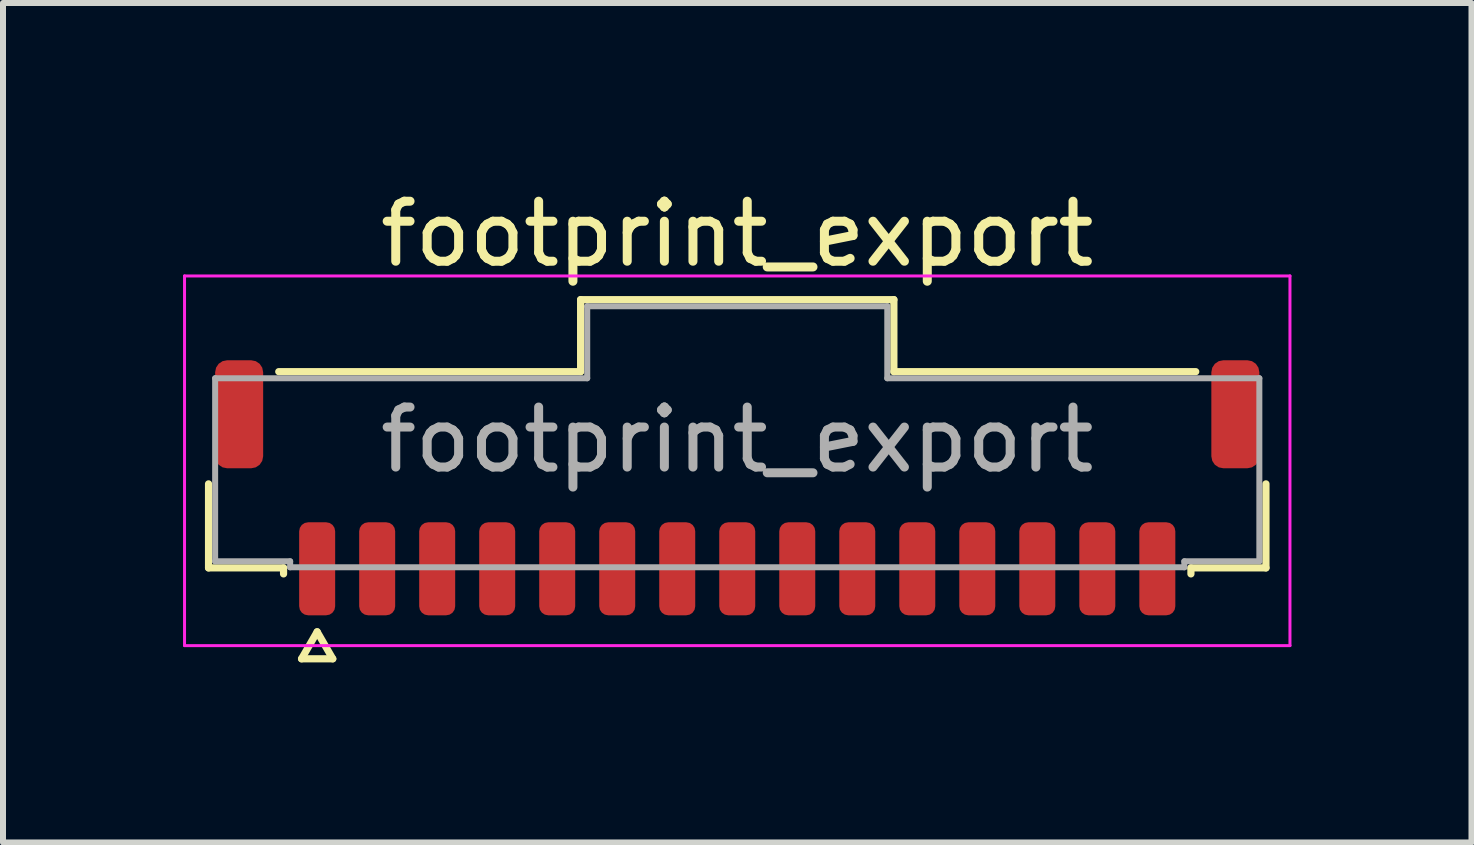
<source format=kicad_pcb>
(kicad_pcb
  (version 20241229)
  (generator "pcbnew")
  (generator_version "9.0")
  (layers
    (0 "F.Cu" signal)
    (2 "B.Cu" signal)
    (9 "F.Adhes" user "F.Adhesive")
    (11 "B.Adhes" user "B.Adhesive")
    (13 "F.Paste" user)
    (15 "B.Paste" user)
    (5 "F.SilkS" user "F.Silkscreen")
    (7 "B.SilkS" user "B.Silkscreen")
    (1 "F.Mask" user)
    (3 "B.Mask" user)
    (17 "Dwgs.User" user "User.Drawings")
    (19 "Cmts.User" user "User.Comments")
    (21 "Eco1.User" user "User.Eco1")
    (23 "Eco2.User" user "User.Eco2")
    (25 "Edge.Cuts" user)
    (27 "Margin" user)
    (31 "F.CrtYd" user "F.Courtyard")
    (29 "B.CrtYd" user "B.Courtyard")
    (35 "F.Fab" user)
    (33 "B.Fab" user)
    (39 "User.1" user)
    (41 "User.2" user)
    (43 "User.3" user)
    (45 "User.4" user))
  (footprint "footprint_export"
    (layer "F.Cu")
    (at 9.235 4.278)
    (property "Reference" "footprint_export" (at 0 -3.43 0) (layer "F.SilkS") (effects (font (size 1 1) (thickness 0.15))))
    (attr smd)
    (fp_line (start -8.81 2.135) (end -8.81 0.735) (stroke (width 0.12) (type solid)) (layer "F.SilkS"))
    (fp_line (start -7.64 -1.135) (end -2.61 -1.135) (stroke (width 0.12) (type solid)) (layer "F.SilkS"))
    (fp_line (start -7.56 2.135) (end -8.81 2.135) (stroke (width 0.12) (type solid)) (layer "F.SilkS"))
    (fp_line (start -7.56 2.235) (end -7.56 2.135) (stroke (width 0.12) (type solid)) (layer "F.SilkS"))
    (fp_line (start -7.26 3.65) (end -7 3.2) (stroke (width 0.12) (type solid)) (layer "F.SilkS"))
    (fp_line (start -7 3.2) (end -6.74 3.65) (stroke (width 0.12) (type solid)) (layer "F.SilkS"))
    (fp_line (start -6.74 3.65) (end -7.26 3.65) (stroke (width 0.12) (type solid)) (layer "F.SilkS"))
    (fp_line (start -2.61 -2.335) (end 2.61 -2.335) (stroke (width 0.12) (type solid)) (layer "F.SilkS"))
    (fp_line (start -2.61 -1.135) (end -2.61 -2.335) (stroke (width 0.12) (type solid)) (layer "F.SilkS"))
    (fp_line (start 2.61 -2.335) (end 2.61 -1.135) (stroke (width 0.12) (type solid)) (layer "F.SilkS"))
    (fp_line (start 2.61 -1.135) (end 7.64 -1.135) (stroke (width 0.12) (type solid)) (layer "F.SilkS"))
    (fp_line (start 7.56 2.135) (end 7.56 2.235) (stroke (width 0.12) (type solid)) (layer "F.SilkS"))
    (fp_line (start 8.81 0.735) (end 8.81 2.135) (stroke (width 0.12) (type solid)) (layer "F.SilkS"))
    (fp_line (start 8.81 2.135) (end 7.56 2.135) (stroke (width 0.12) (type solid)) (layer "F.SilkS"))
    (fp_line (start -9.21 -2.73) (end -9.21 3.43) (stroke (width 0.05) (type solid)) (layer "F.CrtYd"))
    (fp_line (start -9.21 3.43) (end 9.21 3.43) (stroke (width 0.05) (type solid)) (layer "F.CrtYd"))
    (fp_line (start 9.21 -2.73) (end -9.21 -2.73) (stroke (width 0.05) (type solid)) (layer "F.CrtYd"))
    (fp_line (start 9.21 3.43) (end 9.21 -2.73) (stroke (width 0.05) (type solid)) (layer "F.CrtYd"))
    (fp_line (start -8.7 -1.025) (end -2.5 -1.025) (stroke (width 0.1) (type solid)) (layer "F.Fab"))
    (fp_line (start -8.7 2.025) (end -8.7 -1.025) (stroke (width 0.1) (type solid)) (layer "F.Fab"))
    (fp_line (start -7.45 2.025) (end -8.7 2.025) (stroke (width 0.1) (type solid)) (layer "F.Fab"))
    (fp_line (start -7.45 2.125) (end -7.45 2.025) (stroke (width 0.1) (type solid)) (layer "F.Fab"))
    (fp_line (start -2.5 -2.225) (end 2.5 -2.225) (stroke (width 0.1) (type solid)) (layer "F.Fab"))
    (fp_line (start -2.5 -1.025) (end -2.5 -2.225) (stroke (width 0.1) (type solid)) (layer "F.Fab"))
    (fp_line (start 2.5 -2.225) (end 2.5 -1.025) (stroke (width 0.1) (type solid)) (layer "F.Fab"))
    (fp_line (start 2.5 -1.025) (end 8.7 -1.025) (stroke (width 0.1) (type solid)) (layer "F.Fab"))
    (fp_line (start 7.45 2.025) (end 7.45 2.125) (stroke (width 0.1) (type solid)) (layer "F.Fab"))
    (fp_line (start 7.45 2.125) (end -7.45 2.125) (stroke (width 0.1) (type solid)) (layer "F.Fab"))
    (fp_line (start 8.7 -1.025) (end 8.7 2.025) (stroke (width 0.1) (type solid)) (layer "F.Fab"))
    (fp_line (start 8.7 2.025) (end 7.45 2.025) (stroke (width 0.1) (type solid)) (layer "F.Fab"))
    (fp_text user "${REFERENCE}" (at 0 0 0) (layer "F.Fab") (effects (font (size 1 1) (thickness 0.15))))
    (pad "1" smd roundrect (at -7 2.15) (size 0.6 1.55) (layers "F.Cu" "F.Mask" "F.Paste") (roundrect_rratio 0.25))
    (pad "2" smd roundrect (at -6 2.15) (size 0.6 1.55) (layers "F.Cu" "F.Mask" "F.Paste") (roundrect_rratio 0.25))
    (pad "3" smd roundrect (at -5 2.15) (size 0.6 1.55) (layers "F.Cu" "F.Mask" "F.Paste") (roundrect_rratio 0.25))
    (pad "4" smd roundrect (at -4 2.15) (size 0.6 1.55) (layers "F.Cu" "F.Mask" "F.Paste") (roundrect_rratio 0.25))
    (pad "5" smd roundrect (at -3 2.15) (size 0.6 1.55) (layers "F.Cu" "F.Mask" "F.Paste") (roundrect_rratio 0.25))
    (pad "6" smd roundrect (at -2 2.15) (size 0.6 1.55) (layers "F.Cu" "F.Mask" "F.Paste") (roundrect_rratio 0.25))
    (pad "7" smd roundrect (at -1 2.15) (size 0.6 1.55) (layers "F.Cu" "F.Mask" "F.Paste") (roundrect_rratio 0.25))
    (pad "8" smd roundrect (at 0 2.15) (size 0.6 1.55) (layers "F.Cu" "F.Mask" "F.Paste") (roundrect_rratio 0.25))
    (pad "9" smd roundrect (at 1 2.15) (size 0.6 1.55) (layers "F.Cu" "F.Mask" "F.Paste") (roundrect_rratio 0.25))
    (pad "10" smd roundrect (at 2 2.15) (size 0.6 1.55) (layers "F.Cu" "F.Mask" "F.Paste") (roundrect_rratio 0.25))
    (pad "11" smd roundrect (at 3 2.15) (size 0.6 1.55) (layers "F.Cu" "F.Mask" "F.Paste") (roundrect_rratio 0.25))
    (pad "12" smd roundrect (at 4 2.15) (size 0.6 1.55) (layers "F.Cu" "F.Mask" "F.Paste") (roundrect_rratio 0.25))
    (pad "13" smd roundrect (at 5 2.15) (size 0.6 1.55) (layers "F.Cu" "F.Mask" "F.Paste") (roundrect_rratio 0.25))
    (pad "14" smd roundrect (at 6 2.15) (size 0.6 1.55) (layers "F.Cu" "F.Mask" "F.Paste") (roundrect_rratio 0.25))
    (pad "15" smd roundrect (at 7 2.15) (size 0.6 1.55) (layers "F.Cu" "F.Mask" "F.Paste") (roundrect_rratio 0.25))
    (pad "MP" smd roundrect (at -8.3 -0.425) (size 0.8 1.8) (layers "F.Cu" "F.Mask" "F.Paste") (roundrect_rratio 0.25))
    (pad "MP" smd roundrect (at 8.3 -0.425) (size 0.8 1.8) (layers "F.Cu" "F.Mask" "F.Paste") (roundrect_rratio 0.25)))
  (gr_rect
    (start -3 -3)
    (end 21.47 10.988)
    (stroke (width 0.1) (type default))
    (fill no)
    (layer "Edge.Cuts")))
</source>
